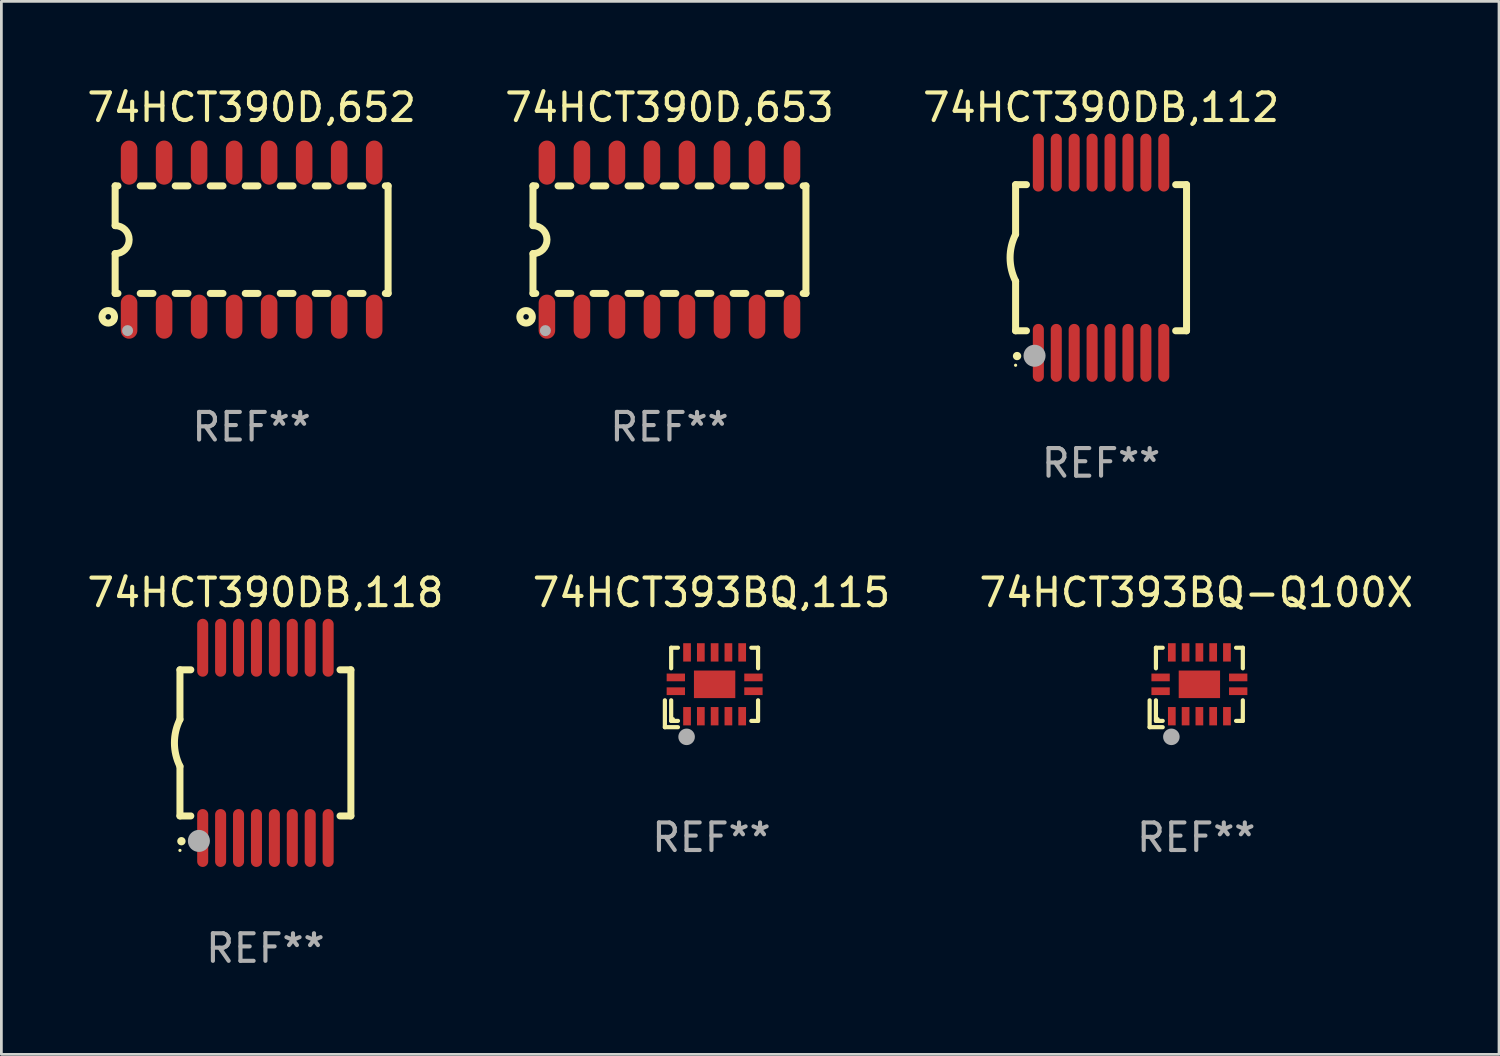
<source format=kicad_pcb>
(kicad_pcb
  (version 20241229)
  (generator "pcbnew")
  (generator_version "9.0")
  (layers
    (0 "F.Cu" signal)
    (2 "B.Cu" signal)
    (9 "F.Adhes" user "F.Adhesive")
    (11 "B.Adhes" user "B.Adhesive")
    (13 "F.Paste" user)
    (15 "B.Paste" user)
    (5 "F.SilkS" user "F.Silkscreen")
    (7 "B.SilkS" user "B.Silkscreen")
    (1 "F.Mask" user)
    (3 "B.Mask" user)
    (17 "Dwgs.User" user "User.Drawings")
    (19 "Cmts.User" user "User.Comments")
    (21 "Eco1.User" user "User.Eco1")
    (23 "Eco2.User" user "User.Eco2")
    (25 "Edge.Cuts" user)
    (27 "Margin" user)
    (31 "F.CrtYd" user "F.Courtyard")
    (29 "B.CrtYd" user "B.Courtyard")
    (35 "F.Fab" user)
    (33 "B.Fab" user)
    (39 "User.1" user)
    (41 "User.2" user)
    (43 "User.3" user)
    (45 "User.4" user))
  (footprint "74HCT390D,653"
    (layer "F.Cu")
    (at 21.232 5.642)
    (property "Reference" "74HCT390D,653" (at 0 -4.794 0) (layer "F.SilkS") (effects (font (size 1 1) (thickness 0.15))))
    (attr through_hole)
    (fp_line (start -4.95 -1.95) (end -4.95 -0.508) (stroke (width 0.254) (type solid)) (layer "F.SilkS"))
    (fp_line (start -4.95 -1.95) (end -4.849 -1.95) (stroke (width 0.254) (type solid)) (layer "F.SilkS"))
    (fp_line (start -4.95 1.95) (end -4.95 0.508) (stroke (width 0.254) (type solid)) (layer "F.SilkS"))
    (fp_line (start -4.95 1.95) (end -4.849 1.95) (stroke (width 0.254) (type solid)) (layer "F.SilkS"))
    (fp_line (start -4.041 -1.95) (end -3.579 -1.95) (stroke (width 0.254) (type solid)) (layer "F.SilkS"))
    (fp_line (start -4.041 1.95) (end -3.579 1.95) (stroke (width 0.254) (type solid)) (layer "F.SilkS"))
    (fp_line (start -2.771 -1.95) (end -2.309 -1.95) (stroke (width 0.254) (type solid)) (layer "F.SilkS"))
    (fp_line (start -2.771 1.95) (end -2.309 1.95) (stroke (width 0.254) (type solid)) (layer "F.SilkS"))
    (fp_line (start -1.501 -1.95) (end -1.039 -1.95) (stroke (width 0.254) (type solid)) (layer "F.SilkS"))
    (fp_line (start -1.501 1.95) (end -1.039 1.95) (stroke (width 0.254) (type solid)) (layer "F.SilkS"))
    (fp_line (start -0.231 -1.95) (end 0.231 -1.95) (stroke (width 0.254) (type solid)) (layer "F.SilkS"))
    (fp_line (start -0.231 1.95) (end 0.231 1.95) (stroke (width 0.254) (type solid)) (layer "F.SilkS"))
    (fp_line (start 1.039 -1.95) (end 1.501 -1.95) (stroke (width 0.254) (type solid)) (layer "F.SilkS"))
    (fp_line (start 1.039 1.95) (end 1.501 1.95) (stroke (width 0.254) (type solid)) (layer "F.SilkS"))
    (fp_line (start 2.309 -1.95) (end 2.771 -1.95) (stroke (width 0.254) (type solid)) (layer "F.SilkS"))
    (fp_line (start 2.309 1.95) (end 2.771 1.95) (stroke (width 0.254) (type solid)) (layer "F.SilkS"))
    (fp_line (start 3.579 -1.95) (end 4.041 -1.95) (stroke (width 0.254) (type solid)) (layer "F.SilkS"))
    (fp_line (start 3.579 1.95) (end 4.041 1.95) (stroke (width 0.254) (type solid)) (layer "F.SilkS"))
    (fp_line (start 4.849 -1.95) (end 4.95 -1.95) (stroke (width 0.254) (type solid)) (layer "F.SilkS"))
    (fp_line (start 4.849 1.95) (end 4.95 1.95) (stroke (width 0.254) (type solid)) (layer "F.SilkS"))
    (fp_line (start 4.95 -1.95) (end 4.95 1.95) (stroke (width 0.254) (type solid)) (layer "F.SilkS"))
    (fp_arc (start -4.95047 -0.508001) (mid -4.442469 -0.000228) (end -4.950013 0.508001) (stroke (width 0.254001) (type solid)) (layer "F.SilkS"))
    (fp_circle (center -5.2 2.8) (end -5.1 2.8) (stroke (width 0.254) (type solid)) (fill no) (layer "F.SilkS"))
    (fp_circle (center -4.95 2.947) (end -4.92 2.947) (stroke (width 0.06) (type solid)) (fill no) (layer "F.SilkS"))
    (fp_circle (center -4.5 3.3) (end -4.4 3.3) (stroke (width 0.2) (type solid)) (fill no) (layer "F.Fab"))
    (fp_text user "REF**" (at 0 6.794 0) (layer "F.Fab") (effects (font (size 1 1) (thickness 0.15))))
    (pad "1" smd oval (at -4.445 2.794) (size 0.6 1.6) (layers "F.Cu" "F.Mask" "F.Paste"))
    (pad "2" smd oval (at -3.175 2.794) (size 0.6 1.6) (layers "F.Cu" "F.Mask" "F.Paste"))
    (pad "3" smd oval (at -1.905 2.794) (size 0.6 1.6) (layers "F.Cu" "F.Mask" "F.Paste"))
    (pad "4" smd oval (at -0.635 2.794) (size 0.6 1.6) (layers "F.Cu" "F.Mask" "F.Paste"))
    (pad "5" smd oval (at 0.635 2.794) (size 0.6 1.6) (layers "F.Cu" "F.Mask" "F.Paste"))
    (pad "6" smd oval (at 1.905 2.794) (size 0.6 1.6) (layers "F.Cu" "F.Mask" "F.Paste"))
    (pad "7" smd oval (at 3.175 2.794) (size 0.6 1.6) (layers "F.Cu" "F.Mask" "F.Paste"))
    (pad "8" smd oval (at 4.445 2.794) (size 0.6 1.6) (layers "F.Cu" "F.Mask" "F.Paste"))
    (pad "9" smd oval (at 4.445 -2.794) (size 0.6 1.6) (layers "F.Cu" "F.Mask" "F.Paste"))
    (pad "10" smd oval (at 3.175 -2.794) (size 0.6 1.6) (layers "F.Cu" "F.Mask" "F.Paste"))
    (pad "11" smd oval (at 1.905 -2.794) (size 0.6 1.6) (layers "F.Cu" "F.Mask" "F.Paste"))
    (pad "12" smd oval (at 0.635 -2.794) (size 0.6 1.6) (layers "F.Cu" "F.Mask" "F.Paste"))
    (pad "13" smd oval (at -0.635 -2.794) (size 0.6 1.6) (layers "F.Cu" "F.Mask" "F.Paste"))
    (pad "14" smd oval (at -1.905 -2.794) (size 0.6 1.6) (layers "F.Cu" "F.Mask" "F.Paste"))
    (pad "15" smd oval (at -3.175 -2.794) (size 0.6 1.6) (layers "F.Cu" "F.Mask" "F.Paste"))
    (pad "16" smd oval (at -4.445 -2.794) (size 0.6 1.6) (layers "F.Cu" "F.Mask" "F.Paste")))
  (footprint "74HCT390D,652"
    (layer "F.Cu")
    (at 6.077 5.642)
    (property "Reference" "74HCT390D,652" (at 0 -4.794 0) (layer "F.SilkS") (effects (font (size 1 1) (thickness 0.15))))
    (attr through_hole)
    (fp_line (start -4.95 -1.95) (end -4.95 -0.508) (stroke (width 0.254) (type solid)) (layer "F.SilkS"))
    (fp_line (start -4.95 -1.95) (end -4.849 -1.95) (stroke (width 0.254) (type solid)) (layer "F.SilkS"))
    (fp_line (start -4.95 1.95) (end -4.95 0.508) (stroke (width 0.254) (type solid)) (layer "F.SilkS"))
    (fp_line (start -4.95 1.95) (end -4.849 1.95) (stroke (width 0.254) (type solid)) (layer "F.SilkS"))
    (fp_line (start -4.041 -1.95) (end -3.579 -1.95) (stroke (width 0.254) (type solid)) (layer "F.SilkS"))
    (fp_line (start -4.041 1.95) (end -3.579 1.95) (stroke (width 0.254) (type solid)) (layer "F.SilkS"))
    (fp_line (start -2.771 -1.95) (end -2.309 -1.95) (stroke (width 0.254) (type solid)) (layer "F.SilkS"))
    (fp_line (start -2.771 1.95) (end -2.309 1.95) (stroke (width 0.254) (type solid)) (layer "F.SilkS"))
    (fp_line (start -1.501 -1.95) (end -1.039 -1.95) (stroke (width 0.254) (type solid)) (layer "F.SilkS"))
    (fp_line (start -1.501 1.95) (end -1.039 1.95) (stroke (width 0.254) (type solid)) (layer "F.SilkS"))
    (fp_line (start -0.231 -1.95) (end 0.231 -1.95) (stroke (width 0.254) (type solid)) (layer "F.SilkS"))
    (fp_line (start -0.231 1.95) (end 0.231 1.95) (stroke (width 0.254) (type solid)) (layer "F.SilkS"))
    (fp_line (start 1.039 -1.95) (end 1.501 -1.95) (stroke (width 0.254) (type solid)) (layer "F.SilkS"))
    (fp_line (start 1.039 1.95) (end 1.501 1.95) (stroke (width 0.254) (type solid)) (layer "F.SilkS"))
    (fp_line (start 2.309 -1.95) (end 2.771 -1.95) (stroke (width 0.254) (type solid)) (layer "F.SilkS"))
    (fp_line (start 2.309 1.95) (end 2.771 1.95) (stroke (width 0.254) (type solid)) (layer "F.SilkS"))
    (fp_line (start 3.579 -1.95) (end 4.041 -1.95) (stroke (width 0.254) (type solid)) (layer "F.SilkS"))
    (fp_line (start 3.579 1.95) (end 4.041 1.95) (stroke (width 0.254) (type solid)) (layer "F.SilkS"))
    (fp_line (start 4.849 -1.95) (end 4.95 -1.95) (stroke (width 0.254) (type solid)) (layer "F.SilkS"))
    (fp_line (start 4.849 1.95) (end 4.95 1.95) (stroke (width 0.254) (type solid)) (layer "F.SilkS"))
    (fp_line (start 4.95 -1.95) (end 4.95 1.95) (stroke (width 0.254) (type solid)) (layer "F.SilkS"))
    (fp_arc (start -4.95047 -0.508001) (mid -4.442469 -0.000228) (end -4.950013 0.508001) (stroke (width 0.254001) (type solid)) (layer "F.SilkS"))
    (fp_circle (center -5.2 2.8) (end -5.1 2.8) (stroke (width 0.254) (type solid)) (fill no) (layer "F.SilkS"))
    (fp_circle (center -4.95 2.947) (end -4.92 2.947) (stroke (width 0.06) (type solid)) (fill no) (layer "F.SilkS"))
    (fp_circle (center -4.5 3.3) (end -4.4 3.3) (stroke (width 0.2) (type solid)) (fill no) (layer "F.Fab"))
    (fp_text user "REF**" (at 0 6.794 0) (layer "F.Fab") (effects (font (size 1 1) (thickness 0.15))))
    (pad "1" smd oval (at -4.445 2.794) (size 0.6 1.6) (layers "F.Cu" "F.Mask" "F.Paste"))
    (pad "2" smd oval (at -3.175 2.794) (size 0.6 1.6) (layers "F.Cu" "F.Mask" "F.Paste"))
    (pad "3" smd oval (at -1.905 2.794) (size 0.6 1.6) (layers "F.Cu" "F.Mask" "F.Paste"))
    (pad "4" smd oval (at -0.635 2.794) (size 0.6 1.6) (layers "F.Cu" "F.Mask" "F.Paste"))
    (pad "5" smd oval (at 0.635 2.794) (size 0.6 1.6) (layers "F.Cu" "F.Mask" "F.Paste"))
    (pad "6" smd oval (at 1.905 2.794) (size 0.6 1.6) (layers "F.Cu" "F.Mask" "F.Paste"))
    (pad "7" smd oval (at 3.175 2.794) (size 0.6 1.6) (layers "F.Cu" "F.Mask" "F.Paste"))
    (pad "8" smd oval (at 4.445 2.794) (size 0.6 1.6) (layers "F.Cu" "F.Mask" "F.Paste"))
    (pad "9" smd oval (at 4.445 -2.794) (size 0.6 1.6) (layers "F.Cu" "F.Mask" "F.Paste"))
    (pad "10" smd oval (at 3.175 -2.794) (size 0.6 1.6) (layers "F.Cu" "F.Mask" "F.Paste"))
    (pad "11" smd oval (at 1.905 -2.794) (size 0.6 1.6) (layers "F.Cu" "F.Mask" "F.Paste"))
    (pad "12" smd oval (at 0.635 -2.794) (size 0.6 1.6) (layers "F.Cu" "F.Mask" "F.Paste"))
    (pad "13" smd oval (at -0.635 -2.794) (size 0.6 1.6) (layers "F.Cu" "F.Mask" "F.Paste"))
    (pad "14" smd oval (at -1.905 -2.794) (size 0.6 1.6) (layers "F.Cu" "F.Mask" "F.Paste"))
    (pad "15" smd oval (at -3.175 -2.794) (size 0.6 1.6) (layers "F.Cu" "F.Mask" "F.Paste"))
    (pad "16" smd oval (at -4.445 -2.794) (size 0.6 1.6) (layers "F.Cu" "F.Mask" "F.Paste")))
  (footprint "74HCT390DB,118"
    (layer "F.Cu")
    (at 6.577 23.895)
    (property "Reference" "74HCT390DB,118" (at 0 -5.45 0) (layer "F.SilkS") (effects (font (size 1 1) (thickness 0.15))))
    (attr through_hole)
    (fp_line (start -3.1 -2.65) (end -3.1 -0.85) (stroke (width 0.254) (type solid)) (layer "F.SilkS"))
    (fp_line (start -3.1 -2.65) (end -2.706 -2.65) (stroke (width 0.254) (type solid)) (layer "F.SilkS"))
    (fp_line (start -3.1 2.65) (end -3.1 0.85) (stroke (width 0.254) (type solid)) (layer "F.SilkS"))
    (fp_line (start -3.1 2.65) (end -2.706 2.65) (stroke (width 0.254) (type solid)) (layer "F.SilkS"))
    (fp_line (start 2.706 -2.65) (end 3.1 -2.65) (stroke (width 0.254) (type solid)) (layer "F.SilkS"))
    (fp_line (start 2.706 2.65) (end 3.1 2.65) (stroke (width 0.254) (type solid)) (layer "F.SilkS"))
    (fp_line (start 3.1 -2.65) (end 3.1 2.65) (stroke (width 0.254) (type solid)) (layer "F.SilkS"))
    (fp_arc (start -3.098907 0.850902) (mid -3.300057 0.000523) (end -3.1 -0.850114) (stroke (width 0.254001) (type solid)) (layer "F.SilkS"))
    (fp_arc (start -3.048006 3.566066) (mid -3.046736 3.566061) (end -3.045466 3.566066) (stroke (width 0.3) (type solid)) (layer "F.SilkS"))
    (fp_circle (center -3.1 3.9) (end -3.07 3.9) (stroke (width 0.06) (type solid)) (fill no) (layer "F.SilkS"))
    (fp_circle (center -2.413 3.556) (end -2.213 3.556) (stroke (width 0.4) (type solid)) (fill no) (layer "F.Fab"))
    (fp_text user "REF**" (at 0 7.45 0) (layer "F.Fab") (effects (font (size 1 1) (thickness 0.15))))
    (pad "1" smd oval (at -2.275 3.45 180) (size 0.4 2.1) (layers "F.Cu" "F.Mask" "F.Paste"))
    (pad "2" smd oval (at -1.625 3.45 180) (size 0.4 2.1) (layers "F.Cu" "F.Mask" "F.Paste"))
    (pad "3" smd oval (at -0.975 3.45 180) (size 0.4 2.1) (layers "F.Cu" "F.Mask" "F.Paste"))
    (pad "4" smd oval (at -0.325 3.45 180) (size 0.4 2.1) (layers "F.Cu" "F.Mask" "F.Paste"))
    (pad "5" smd oval (at 0.325 3.45 180) (size 0.4 2.1) (layers "F.Cu" "F.Mask" "F.Paste"))
    (pad "6" smd oval (at 0.975 3.45 180) (size 0.4 2.1) (layers "F.Cu" "F.Mask" "F.Paste"))
    (pad "7" smd oval (at 1.625 3.45 180) (size 0.4 2.1) (layers "F.Cu" "F.Mask" "F.Paste"))
    (pad "8" smd oval (at 2.275 3.45 180) (size 0.4 2.1) (layers "F.Cu" "F.Mask" "F.Paste"))
    (pad "9" smd oval (at 2.275 -3.45 180) (size 0.4 2.1) (layers "F.Cu" "F.Mask" "F.Paste"))
    (pad "10" smd oval (at 1.625 -3.45 180) (size 0.4 2.1) (layers "F.Cu" "F.Mask" "F.Paste"))
    (pad "11" smd oval (at 0.975 -3.45 180) (size 0.4 2.1) (layers "F.Cu" "F.Mask" "F.Paste"))
    (pad "12" smd oval (at 0.325 -3.45 180) (size 0.4 2.1) (layers "F.Cu" "F.Mask" "F.Paste"))
    (pad "13" smd oval (at -0.325 -3.45 180) (size 0.4 2.1) (layers "F.Cu" "F.Mask" "F.Paste"))
    (pad "14" smd oval (at -0.975 -3.45 180) (size 0.4 2.1) (layers "F.Cu" "F.Mask" "F.Paste"))
    (pad "15" smd oval (at -1.625 -3.45 180) (size 0.4 2.1) (layers "F.Cu" "F.Mask" "F.Paste"))
    (pad "16" smd oval (at -2.275 -3.45 180) (size 0.4 2.1) (layers "F.Cu" "F.Mask" "F.Paste")))
  (footprint "74HCT390DB,112"
    (layer "F.Cu")
    (at 36.887 6.298)
    (property "Reference" "74HCT390DB,112" (at 0 -5.45 0) (layer "F.SilkS") (effects (font (size 1 1) (thickness 0.15))))
    (attr through_hole)
    (fp_line (start -3.1 -2.65) (end -3.1 -0.85) (stroke (width 0.254) (type solid)) (layer "F.SilkS"))
    (fp_line (start -3.1 -2.65) (end -2.706 -2.65) (stroke (width 0.254) (type solid)) (layer "F.SilkS"))
    (fp_line (start -3.1 2.65) (end -3.1 0.85) (stroke (width 0.254) (type solid)) (layer "F.SilkS"))
    (fp_line (start -3.1 2.65) (end -2.706 2.65) (stroke (width 0.254) (type solid)) (layer "F.SilkS"))
    (fp_line (start 2.706 -2.65) (end 3.1 -2.65) (stroke (width 0.254) (type solid)) (layer "F.SilkS"))
    (fp_line (start 2.706 2.65) (end 3.1 2.65) (stroke (width 0.254) (type solid)) (layer "F.SilkS"))
    (fp_line (start 3.1 -2.65) (end 3.1 2.65) (stroke (width 0.254) (type solid)) (layer "F.SilkS"))
    (fp_arc (start -3.098907 0.850902) (mid -3.300057 0.000523) (end -3.1 -0.850114) (stroke (width 0.254001) (type solid)) (layer "F.SilkS"))
    (fp_arc (start -3.048006 3.566066) (mid -3.046736 3.566061) (end -3.045466 3.566066) (stroke (width 0.3) (type solid)) (layer "F.SilkS"))
    (fp_circle (center -3.1 3.9) (end -3.07 3.9) (stroke (width 0.06) (type solid)) (fill no) (layer "F.SilkS"))
    (fp_circle (center -2.413 3.556) (end -2.213 3.556) (stroke (width 0.4) (type solid)) (fill no) (layer "F.Fab"))
    (fp_text user "REF**" (at 0 7.45 0) (layer "F.Fab") (effects (font (size 1 1) (thickness 0.15))))
    (pad "1" smd oval (at -2.275 3.45 180) (size 0.4 2.1) (layers "F.Cu" "F.Mask" "F.Paste"))
    (pad "2" smd oval (at -1.625 3.45 180) (size 0.4 2.1) (layers "F.Cu" "F.Mask" "F.Paste"))
    (pad "3" smd oval (at -0.975 3.45 180) (size 0.4 2.1) (layers "F.Cu" "F.Mask" "F.Paste"))
    (pad "4" smd oval (at -0.325 3.45 180) (size 0.4 2.1) (layers "F.Cu" "F.Mask" "F.Paste"))
    (pad "5" smd oval (at 0.325 3.45 180) (size 0.4 2.1) (layers "F.Cu" "F.Mask" "F.Paste"))
    (pad "6" smd oval (at 0.975 3.45 180) (size 0.4 2.1) (layers "F.Cu" "F.Mask" "F.Paste"))
    (pad "7" smd oval (at 1.625 3.45 180) (size 0.4 2.1) (layers "F.Cu" "F.Mask" "F.Paste"))
    (pad "8" smd oval (at 2.275 3.45 180) (size 0.4 2.1) (layers "F.Cu" "F.Mask" "F.Paste"))
    (pad "9" smd oval (at 2.275 -3.45 180) (size 0.4 2.1) (layers "F.Cu" "F.Mask" "F.Paste"))
    (pad "10" smd oval (at 1.625 -3.45 180) (size 0.4 2.1) (layers "F.Cu" "F.Mask" "F.Paste"))
    (pad "11" smd oval (at 0.975 -3.45 180) (size 0.4 2.1) (layers "F.Cu" "F.Mask" "F.Paste"))
    (pad "12" smd oval (at 0.325 -3.45 180) (size 0.4 2.1) (layers "F.Cu" "F.Mask" "F.Paste"))
    (pad "13" smd oval (at -0.325 -3.45 180) (size 0.4 2.1) (layers "F.Cu" "F.Mask" "F.Paste"))
    (pad "14" smd oval (at -0.975 -3.45 180) (size 0.4 2.1) (layers "F.Cu" "F.Mask" "F.Paste"))
    (pad "15" smd oval (at -1.625 -3.45 180) (size 0.4 2.1) (layers "F.Cu" "F.Mask" "F.Paste"))
    (pad "16" smd oval (at -2.275 -3.45 180) (size 0.4 2.1) (layers "F.Cu" "F.Mask" "F.Paste")))
  (footprint "74HCT393BQ,115"
    (layer "F.Cu")
    (at 22.756 21.885)
    (property "Reference" "74HCT393BQ,115" (at 0 -3.441 0) (layer "F.SilkS") (effects (font (size 1 1) (thickness 0.15))))
    (attr through_hole)
    (fp_line (start -1.69 1.441) (end -1.69 0.466) (stroke (width 0.152) (type solid)) (layer "F.SilkS"))
    (fp_line (start -1.462 -1.441) (end -1.216 -1.441) (stroke (width 0.152) (type solid)) (layer "F.SilkS"))
    (fp_line (start -1.462 -0.695) (end -1.462 -1.441) (stroke (width 0.152) (type solid)) (layer "F.SilkS"))
    (fp_line (start -1.462 0.466) (end -1.462 1.212) (stroke (width 0.152) (type solid)) (layer "F.SilkS"))
    (fp_line (start -1.462 1.212) (end -1.216 1.212) (stroke (width 0.152) (type solid)) (layer "F.SilkS"))
    (fp_line (start -1.216 1.441) (end -1.69 1.441) (stroke (width 0.152) (type solid)) (layer "F.SilkS"))
    (fp_line (start 1.69 -1.441) (end 1.445 -1.441) (stroke (width 0.152) (type solid)) (layer "F.SilkS"))
    (fp_line (start 1.69 -0.695) (end 1.69 -1.441) (stroke (width 0.152) (type solid)) (layer "F.SilkS"))
    (fp_line (start 1.69 0.466) (end 1.69 1.212) (stroke (width 0.152) (type solid)) (layer "F.SilkS"))
    (fp_line (start 1.69 1.212) (end 1.445 1.212) (stroke (width 0.152) (type solid)) (layer "F.SilkS"))
    (fp_circle (center -1.386 1.136) (end -1.356 1.136) (stroke (width 0.06) (type solid)) (fill no) (layer "F.SilkS"))
    (fp_circle (center -0.902 1.791) (end -0.752 1.791) (stroke (width 0.3) (type solid)) (fill no) (layer "F.Fab"))
    (fp_text user "REF**" (at 0 5.441 0) (layer "F.Fab") (effects (font (size 1 1) (thickness 0.15))))
    (pad "1" smd rect (at -0.886 1.043) (size 0.28 0.665) (layers "F.Cu" "F.Mask" "F.Paste"))
    (pad "2" smd rect (at -0.386 1.043) (size 0.28 0.665) (layers "F.Cu" "F.Mask" "F.Paste"))
    (pad "3" smd rect (at 0.114 1.043) (size 0.28 0.665) (layers "F.Cu" "F.Mask" "F.Paste"))
    (pad "4" smd rect (at 0.614 1.043) (size 0.28 0.665) (layers "F.Cu" "F.Mask" "F.Paste"))
    (pad "5" smd rect (at 1.114 1.043) (size 0.28 0.665) (layers "F.Cu" "F.Mask" "F.Paste"))
    (pad "6" smd rect (at 1.522 0.136) (size 0.665 0.28) (layers "F.Cu" "F.Mask" "F.Paste"))
    (pad "7" smd rect (at 1.522 -0.364) (size 0.665 0.28) (layers "F.Cu" "F.Mask" "F.Paste"))
    (pad "8" smd rect (at 1.114 -1.272) (size 0.28 0.665) (layers "F.Cu" "F.Mask" "F.Paste"))
    (pad "9" smd rect (at 0.614 -1.272) (size 0.28 0.665) (layers "F.Cu" "F.Mask" "F.Paste"))
    (pad "10" smd rect (at 0.114 -1.272) (size 0.28 0.665) (layers "F.Cu" "F.Mask" "F.Paste"))
    (pad "11" smd rect (at -0.386 -1.272) (size 0.28 0.665) (layers "F.Cu" "F.Mask" "F.Paste"))
    (pad "12" smd rect (at -0.886 -1.272) (size 0.28 0.665) (layers "F.Cu" "F.Mask" "F.Paste"))
    (pad "13" smd rect (at -1.293 -0.364) (size 0.665 0.28) (layers "F.Cu" "F.Mask" "F.Paste"))
    (pad "14" smd rect (at -1.293 0.136) (size 0.665 0.28) (layers "F.Cu" "F.Mask" "F.Paste"))
    (pad "15" smd rect (at 0.114 -0.114) (size 1.5 1) (layers "F.Cu" "F.Mask" "F.Paste")))
  (footprint "74HCT393BQ-Q100X"
    (layer "F.Cu")
    (at 40.339 21.885)
    (property "Reference" "74HCT393BQ-Q100X" (at 0 -3.441 0) (layer "F.SilkS") (effects (font (size 1 1) (thickness 0.15))))
    (attr through_hole)
    (fp_line (start -1.69 1.441) (end -1.69 0.466) (stroke (width 0.152) (type solid)) (layer "F.SilkS"))
    (fp_line (start -1.462 -1.441) (end -1.216 -1.441) (stroke (width 0.152) (type solid)) (layer "F.SilkS"))
    (fp_line (start -1.462 -0.695) (end -1.462 -1.441) (stroke (width 0.152) (type solid)) (layer "F.SilkS"))
    (fp_line (start -1.462 0.466) (end -1.462 1.212) (stroke (width 0.152) (type solid)) (layer "F.SilkS"))
    (fp_line (start -1.462 1.212) (end -1.216 1.212) (stroke (width 0.152) (type solid)) (layer "F.SilkS"))
    (fp_line (start -1.216 1.441) (end -1.69 1.441) (stroke (width 0.152) (type solid)) (layer "F.SilkS"))
    (fp_line (start 1.69 -1.441) (end 1.445 -1.441) (stroke (width 0.152) (type solid)) (layer "F.SilkS"))
    (fp_line (start 1.69 -0.695) (end 1.69 -1.441) (stroke (width 0.152) (type solid)) (layer "F.SilkS"))
    (fp_line (start 1.69 0.466) (end 1.69 1.212) (stroke (width 0.152) (type solid)) (layer "F.SilkS"))
    (fp_line (start 1.69 1.212) (end 1.445 1.212) (stroke (width 0.152) (type solid)) (layer "F.SilkS"))
    (fp_circle (center -1.386 1.136) (end -1.356 1.136) (stroke (width 0.06) (type solid)) (fill no) (layer "F.SilkS"))
    (fp_circle (center -0.902 1.791) (end -0.752 1.791) (stroke (width 0.3) (type solid)) (fill no) (layer "F.Fab"))
    (fp_text user "REF**" (at 0 5.441 0) (layer "F.Fab") (effects (font (size 1 1) (thickness 0.15))))
    (pad "1" smd rect (at -0.886 1.043) (size 0.28 0.665) (layers "F.Cu" "F.Mask" "F.Paste"))
    (pad "2" smd rect (at -0.386 1.043) (size 0.28 0.665) (layers "F.Cu" "F.Mask" "F.Paste"))
    (pad "3" smd rect (at 0.114 1.043) (size 0.28 0.665) (layers "F.Cu" "F.Mask" "F.Paste"))
    (pad "4" smd rect (at 0.614 1.043) (size 0.28 0.665) (layers "F.Cu" "F.Mask" "F.Paste"))
    (pad "5" smd rect (at 1.114 1.043) (size 0.28 0.665) (layers "F.Cu" "F.Mask" "F.Paste"))
    (pad "6" smd rect (at 1.522 0.136) (size 0.665 0.28) (layers "F.Cu" "F.Mask" "F.Paste"))
    (pad "7" smd rect (at 1.522 -0.364) (size 0.665 0.28) (layers "F.Cu" "F.Mask" "F.Paste"))
    (pad "8" smd rect (at 1.114 -1.272) (size 0.28 0.665) (layers "F.Cu" "F.Mask" "F.Paste"))
    (pad "9" smd rect (at 0.614 -1.272) (size 0.28 0.665) (layers "F.Cu" "F.Mask" "F.Paste"))
    (pad "10" smd rect (at 0.114 -1.272) (size 0.28 0.665) (layers "F.Cu" "F.Mask" "F.Paste"))
    (pad "11" smd rect (at -0.386 -1.272) (size 0.28 0.665) (layers "F.Cu" "F.Mask" "F.Paste"))
    (pad "12" smd rect (at -0.886 -1.272) (size 0.28 0.665) (layers "F.Cu" "F.Mask" "F.Paste"))
    (pad "13" smd rect (at -1.293 -0.364) (size 0.665 0.28) (layers "F.Cu" "F.Mask" "F.Paste"))
    (pad "14" smd rect (at -1.293 0.136) (size 0.665 0.28) (layers "F.Cu" "F.Mask" "F.Paste"))
    (pad "15" smd rect (at 0.114 -0.114) (size 1.5 1) (layers "F.Cu" "F.Mask" "F.Paste")))
  (gr_rect
    (start -3 -3)
    (end 51.321 35.193)
    (stroke (width 0.1) (type default))
    (fill no)
    (layer "Edge.Cuts")))
</source>
